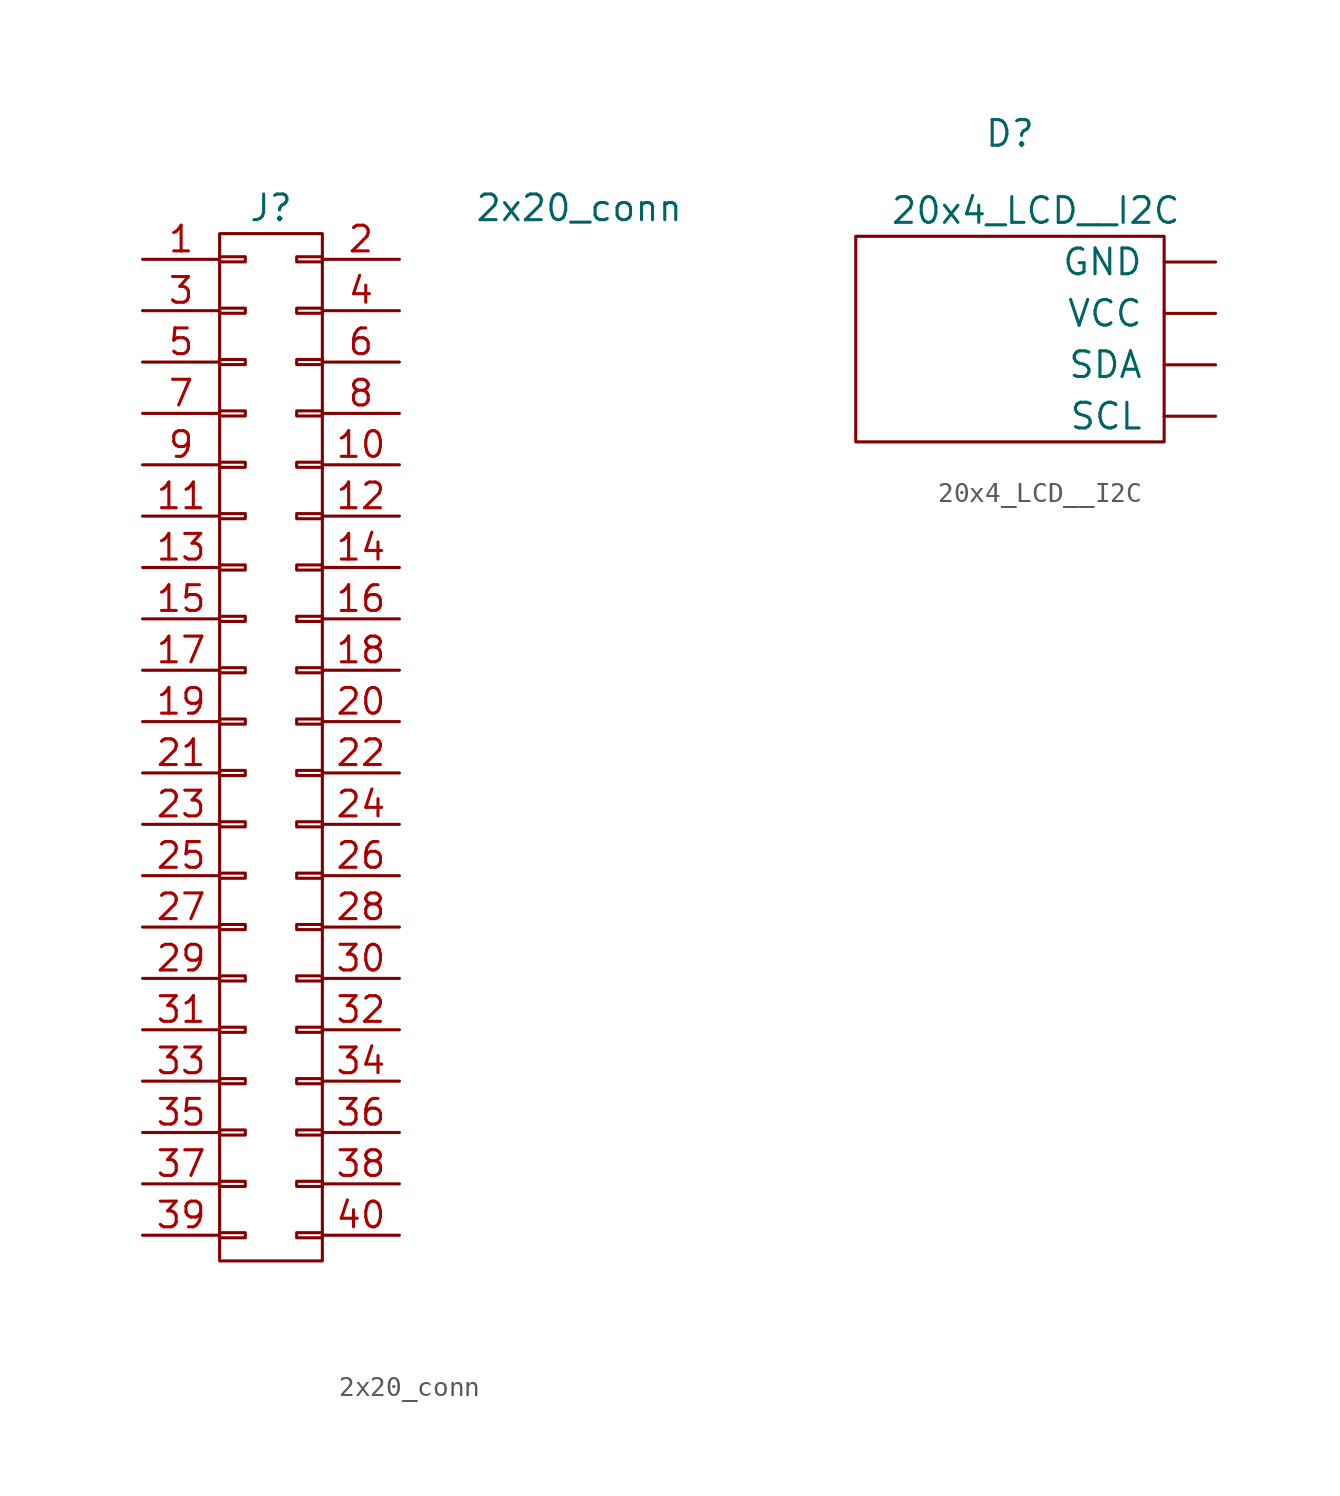
<source format=kicad_sym>
(kicad_symbol_lib
  (version 20211014)
  (generator kicad_symbol_editor)
  (symbol "2x20_conn"
    (pin_names
      (offset 1.016) hide)
    (property "Reference" "J"
      (at 0 0 0)
      (effects (font (size 1.27 1.27))))
    (property "Value" "2x20_conn"
      (at 15.24 0 0)
      (effects (font (size 1.27 1.27))))
    (symbol "2x20_conn_0_1"
      (rectangle (start -2.54 -1.27) (end 2.54 -52.07) (stroke (width 0) (type default) (color 0 0 0 0)) (fill (type none))))
    (symbol "2x20_conn_1_1"
      (rectangle (start -2.54 -50.673) (end -1.27 -50.927) (stroke (width 0.152) (type default) (color 0 0 0 0)) (fill (type none)))
      (rectangle (start -2.54 -48.133) (end -1.27 -48.387) (stroke (width 0.152) (type default) (color 0 0 0 0)) (fill (type none)))
      (rectangle (start -2.54 -45.593) (end -1.27 -45.847) (stroke (width 0.152) (type default) (color 0 0 0 0)) (fill (type none)))
      (rectangle (start -2.54 -43.053) (end -1.27 -43.307) (stroke (width 0.152) (type default) (color 0 0 0 0)) (fill (type none)))
      (rectangle (start -2.54 -40.513) (end -1.27 -40.767) (stroke (width 0.152) (type default) (color 0 0 0 0)) (fill (type none)))
      (rectangle (start -2.54 -37.973) (end -1.27 -38.227) (stroke (width 0.152) (type default) (color 0 0 0 0)) (fill (type none)))
      (rectangle (start -2.54 -35.433) (end -1.27 -35.687) (stroke (width 0.152) (type default) (color 0 0 0 0)) (fill (type none)))
      (rectangle (start -2.54 -32.893) (end -1.27 -33.147) (stroke (width 0.152) (type default) (color 0 0 0 0)) (fill (type none)))
      (rectangle (start -2.54 -30.353) (end -1.27 -30.607) (stroke (width 0.152) (type default) (color 0 0 0 0)) (fill (type none)))
      (rectangle (start -2.54 -27.813) (end -1.27 -28.067) (stroke (width 0.152) (type default) (color 0 0 0 0)) (fill (type none)))
      (rectangle (start -2.54 -25.273) (end -1.27 -25.527) (stroke (width 0.152) (type default) (color 0 0 0 0)) (fill (type none)))
      (rectangle (start -2.54 -22.733) (end -1.27 -22.987) (stroke (width 0.152) (type default) (color 0 0 0 0)) (fill (type none)))
      (rectangle (start -2.54 -20.193) (end -1.27 -20.447) (stroke (width 0.152) (type default) (color 0 0 0 0)) (fill (type none)))
      (rectangle (start -2.54 -17.653) (end -1.27 -17.907) (stroke (width 0.152) (type default) (color 0 0 0 0)) (fill (type none)))
      (rectangle (start -2.54 -15.113) (end -1.27 -15.367) (stroke (width 0.152) (type default) (color 0 0 0 0)) (fill (type none)))
      (rectangle (start -2.54 -12.573) (end -1.27 -12.827) (stroke (width 0.152) (type default) (color 0 0 0 0)) (fill (type none)))
      (rectangle (start -2.54 -10.033) (end -1.27 -10.287) (stroke (width 0.152) (type default) (color 0 0 0 0)) (fill (type none)))
      (rectangle (start -2.54 -7.493) (end -1.27 -7.747) (stroke (width 0.152) (type default) (color 0 0 0 0)) (fill (type none)))
      (rectangle (start -2.54 -4.953) (end -1.27 -5.207) (stroke (width 0.152) (type default) (color 0 0 0 0)) (fill (type none)))
      (rectangle (start -2.54 -2.413) (end -1.27 -2.667) (stroke (width 0.152) (type default) (color 0 0 0 0)) (fill (type none)))
      (rectangle (start 2.54 -50.673) (end 1.27 -50.927) (stroke (width 0.152) (type default) (color 0 0 0 0)) (fill (type none)))
      (rectangle (start 2.54 -48.133) (end 1.27 -48.387) (stroke (width 0.152) (type default) (color 0 0 0 0)) (fill (type none)))
      (rectangle (start 2.54 -45.593) (end 1.27 -45.847) (stroke (width 0.152) (type default) (color 0 0 0 0)) (fill (type none)))
      (rectangle (start 2.54 -43.053) (end 1.27 -43.307) (stroke (width 0.152) (type default) (color 0 0 0 0)) (fill (type none)))
      (rectangle (start 2.54 -40.513) (end 1.27 -40.767) (stroke (width 0.152) (type default) (color 0 0 0 0)) (fill (type none)))
      (rectangle (start 2.54 -37.973) (end 1.27 -38.227) (stroke (width 0.152) (type default) (color 0 0 0 0)) (fill (type none)))
      (rectangle (start 2.54 -35.433) (end 1.27 -35.687) (stroke (width 0.152) (type default) (color 0 0 0 0)) (fill (type none)))
      (rectangle (start 2.54 -32.893) (end 1.27 -33.147) (stroke (width 0.152) (type default) (color 0 0 0 0)) (fill (type none)))
      (rectangle (start 2.54 -30.353) (end 1.27 -30.607) (stroke (width 0.152) (type default) (color 0 0 0 0)) (fill (type none)))
      (rectangle (start 2.54 -27.813) (end 1.27 -28.067) (stroke (width 0.152) (type default) (color 0 0 0 0)) (fill (type none)))
      (rectangle (start 2.54 -25.273) (end 1.27 -25.527) (stroke (width 0.152) (type default) (color 0 0 0 0)) (fill (type none)))
      (rectangle (start 2.54 -22.733) (end 1.27 -22.987) (stroke (width 0.152) (type default) (color 0 0 0 0)) (fill (type none)))
      (rectangle (start 2.54 -20.193) (end 1.27 -20.447) (stroke (width 0.152) (type default) (color 0 0 0 0)) (fill (type none)))
      (rectangle (start 2.54 -17.653) (end 1.27 -17.907) (stroke (width 0.152) (type default) (color 0 0 0 0)) (fill (type none)))
      (rectangle (start 2.54 -15.113) (end 1.27 -15.367) (stroke (width 0.152) (type default) (color 0 0 0 0)) (fill (type none)))
      (rectangle (start 2.54 -12.573) (end 1.27 -12.827) (stroke (width 0.152) (type default) (color 0 0 0 0)) (fill (type none)))
      (rectangle (start 2.54 -10.033) (end 1.27 -10.287) (stroke (width 0.152) (type default) (color 0 0 0 0)) (fill (type none)))
      (rectangle (start 2.54 -7.493) (end 1.27 -7.747) (stroke (width 0.152) (type default) (color 0 0 0 0)) (fill (type none)))
      (rectangle (start 2.54 -4.953) (end 1.27 -5.207) (stroke (width 0.152) (type default) (color 0 0 0 0)) (fill (type none)))
      (rectangle (start 2.54 -2.413) (end 1.27 -2.667) (stroke (width 0.152) (type default) (color 0 0 0 0)) (fill (type none)))
      (pin passive line (at -6.35 -2.54 0) (length 3.81) (name "Pin_1" (effects (font (size 1.27 1.27)))) (number "1" (effects (font (size 1.27 1.27)))))
      (pin passive line (at 6.35 -12.7 180) (length 3.81) (name "Pin_10" (effects (font (size 1.27 1.27)))) (number "10" (effects (font (size 1.27 1.27)))))
      (pin passive line (at -6.35 -15.24 0) (length 3.81) (name "Pin_11" (effects (font (size 1.27 1.27)))) (number "11" (effects (font (size 1.27 1.27)))))
      (pin passive line (at 6.35 -15.24 180) (length 3.81) (name "Pin_12" (effects (font (size 1.27 1.27)))) (number "12" (effects (font (size 1.27 1.27)))))
      (pin passive line (at -6.35 -17.78 0) (length 3.81) (name "Pin_13" (effects (font (size 1.27 1.27)))) (number "13" (effects (font (size 1.27 1.27)))))
      (pin passive line (at 6.35 -17.78 180) (length 3.81) (name "Pin_14" (effects (font (size 1.27 1.27)))) (number "14" (effects (font (size 1.27 1.27)))))
      (pin passive line (at -6.35 -20.32 0) (length 3.81) (name "Pin_15" (effects (font (size 1.27 1.27)))) (number "15" (effects (font (size 1.27 1.27)))))
      (pin passive line (at 6.35 -20.32 180) (length 3.81) (name "Pin_16" (effects (font (size 1.27 1.27)))) (number "16" (effects (font (size 1.27 1.27)))))
      (pin passive line (at -6.35 -22.86 0) (length 3.81) (name "Pin_17" (effects (font (size 1.27 1.27)))) (number "17" (effects (font (size 1.27 1.27)))))
      (pin passive line (at 6.35 -22.86 180) (length 3.81) (name "Pin_18" (effects (font (size 1.27 1.27)))) (number "18" (effects (font (size 1.27 1.27)))))
      (pin passive line (at -6.35 -25.4 0) (length 3.81) (name "Pin_19" (effects (font (size 1.27 1.27)))) (number "19" (effects (font (size 1.27 1.27)))))
      (pin passive line (at 6.35 -2.54 180) (length 3.81) (name "Pin_2" (effects (font (size 1.27 1.27)))) (number "2" (effects (font (size 1.27 1.27)))))
      (pin passive line (at 6.35 -25.4 180) (length 3.81) (name "Pin_20" (effects (font (size 1.27 1.27)))) (number "20" (effects (font (size 1.27 1.27)))))
      (pin passive line (at -6.35 -27.94 0) (length 3.81) (name "Pin_21" (effects (font (size 1.27 1.27)))) (number "21" (effects (font (size 1.27 1.27)))))
      (pin passive line (at 6.35 -27.94 180) (length 3.81) (name "Pin_22" (effects (font (size 1.27 1.27)))) (number "22" (effects (font (size 1.27 1.27)))))
      (pin passive line (at -6.35 -30.48 0) (length 3.81) (name "Pin_23" (effects (font (size 1.27 1.27)))) (number "23" (effects (font (size 1.27 1.27)))))
      (pin passive line (at 6.35 -30.48 180) (length 3.81) (name "Pin_24" (effects (font (size 1.27 1.27)))) (number "24" (effects (font (size 1.27 1.27)))))
      (pin passive line (at -6.35 -33.02 0) (length 3.81) (name "Pin_25" (effects (font (size 1.27 1.27)))) (number "25" (effects (font (size 1.27 1.27)))))
      (pin passive line (at 6.35 -33.02 180) (length 3.81) (name "Pin_26" (effects (font (size 1.27 1.27)))) (number "26" (effects (font (size 1.27 1.27)))))
      (pin passive line (at -6.35 -35.56 0) (length 3.81) (name "Pin_27" (effects (font (size 1.27 1.27)))) (number "27" (effects (font (size 1.27 1.27)))))
      (pin passive line (at 6.35 -35.56 180) (length 3.81) (name "Pin_28" (effects (font (size 1.27 1.27)))) (number "28" (effects (font (size 1.27 1.27)))))
      (pin passive line (at -6.35 -38.1 0) (length 3.81) (name "Pin_29" (effects (font (size 1.27 1.27)))) (number "29" (effects (font (size 1.27 1.27)))))
      (pin passive line (at -6.35 -5.08 0) (length 3.81) (name "Pin_3" (effects (font (size 1.27 1.27)))) (number "3" (effects (font (size 1.27 1.27)))))
      (pin passive line (at 6.35 -38.1 180) (length 3.81) (name "Pin_30" (effects (font (size 1.27 1.27)))) (number "30" (effects (font (size 1.27 1.27)))))
      (pin passive line (at -6.35 -40.64 0) (length 3.81) (name "Pin_31" (effects (font (size 1.27 1.27)))) (number "31" (effects (font (size 1.27 1.27)))))
      (pin passive line (at 6.35 -40.64 180) (length 3.81) (name "Pin_32" (effects (font (size 1.27 1.27)))) (number "32" (effects (font (size 1.27 1.27)))))
      (pin passive line (at -6.35 -43.18 0) (length 3.81) (name "Pin_33" (effects (font (size 1.27 1.27)))) (number "33" (effects (font (size 1.27 1.27)))))
      (pin passive line (at 6.35 -43.18 180) (length 3.81) (name "Pin_34" (effects (font (size 1.27 1.27)))) (number "34" (effects (font (size 1.27 1.27)))))
      (pin passive line (at -6.35 -45.72 0) (length 3.81) (name "Pin_35" (effects (font (size 1.27 1.27)))) (number "35" (effects (font (size 1.27 1.27)))))
      (pin passive line (at 6.35 -45.72 180) (length 3.81) (name "Pin_36" (effects (font (size 1.27 1.27)))) (number "36" (effects (font (size 1.27 1.27)))))
      (pin passive line (at -6.35 -48.26 0) (length 3.81) (name "Pin_37" (effects (font (size 1.27 1.27)))) (number "37" (effects (font (size 1.27 1.27)))))
      (pin passive line (at 6.35 -48.26 180) (length 3.81) (name "Pin_38" (effects (font (size 1.27 1.27)))) (number "38" (effects (font (size 1.27 1.27)))))
      (pin passive line (at -6.35 -50.8 0) (length 3.81) (name "Pin_39" (effects (font (size 1.27 1.27)))) (number "39" (effects (font (size 1.27 1.27)))))
      (pin passive line (at 6.35 -5.08 180) (length 3.81) (name "Pin_4" (effects (font (size 1.27 1.27)))) (number "4" (effects (font (size 1.27 1.27)))))
      (pin passive line (at 6.35 -50.8 180) (length 3.81) (name "Pin_40" (effects (font (size 1.27 1.27)))) (number "40" (effects (font (size 1.27 1.27)))))
      (pin passive line (at -6.35 -7.62 0) (length 3.81) (name "Pin_5" (effects (font (size 1.27 1.27)))) (number "5" (effects (font (size 1.27 1.27)))))
      (pin passive line (at 6.35 -7.62 180) (length 3.81) (name "Pin_6" (effects (font (size 1.27 1.27)))) (number "6" (effects (font (size 1.27 1.27)))))
      (pin passive line (at -6.35 -10.16 0) (length 3.81) (name "Pin_7" (effects (font (size 1.27 1.27)))) (number "7" (effects (font (size 1.27 1.27)))))
      (pin passive line (at 6.35 -10.16 180) (length 3.81) (name "Pin_8" (effects (font (size 1.27 1.27)))) (number "8" (effects (font (size 1.27 1.27)))))
      (pin passive line (at -6.35 -12.7 0) (length 3.81) (name "Pin_9" (effects (font (size 1.27 1.27)))) (number "9" (effects (font (size 1.27 1.27)))))))
  (symbol "20x4_LCD__I2C"
    (pin_names
      (offset 1.016))
    (property "Reference" "D"
      (at 2.54 2.54 0)
      (effects (font (size 1.27 1.27))))
    (property "Value" "20x4_LCD__I2C"
      (at 3.81 -1.27 0)
      (effects (font (size 1.27 1.27))))
    (symbol "20x4_LCD__I2C_0_1"
      (rectangle (start -5.08 -2.54) (end 10.16 -12.7) (stroke (width 0) (type default) (color 0 0 0 0)) (fill (type none))))
    (symbol "20x4_LCD__I2C_1_1"
      (pin input line (at 12.7 -3.81 180) (length 2.54) (name "GND" (effects (font (size 1.27 1.27)))) (number "~" (effects (font (size 1.27 1.27)))))
      (pin bidirectional line (at 12.7 -11.43 180) (length 2.54) (name "SCL" (effects (font (size 1.27 1.27)))) (number "~" (effects (font (size 1.27 1.27)))))
      (pin bidirectional line (at 12.7 -8.89 180) (length 2.54) (name "SDA" (effects (font (size 1.27 1.27)))) (number "~" (effects (font (size 1.27 1.27)))))
      (pin power_in line (at 12.7 -6.35 180) (length 2.54) (name "VCC" (effects (font (size 1.27 1.27)))) (number "~" (effects (font (size 1.27 1.27))))))))
</source>
